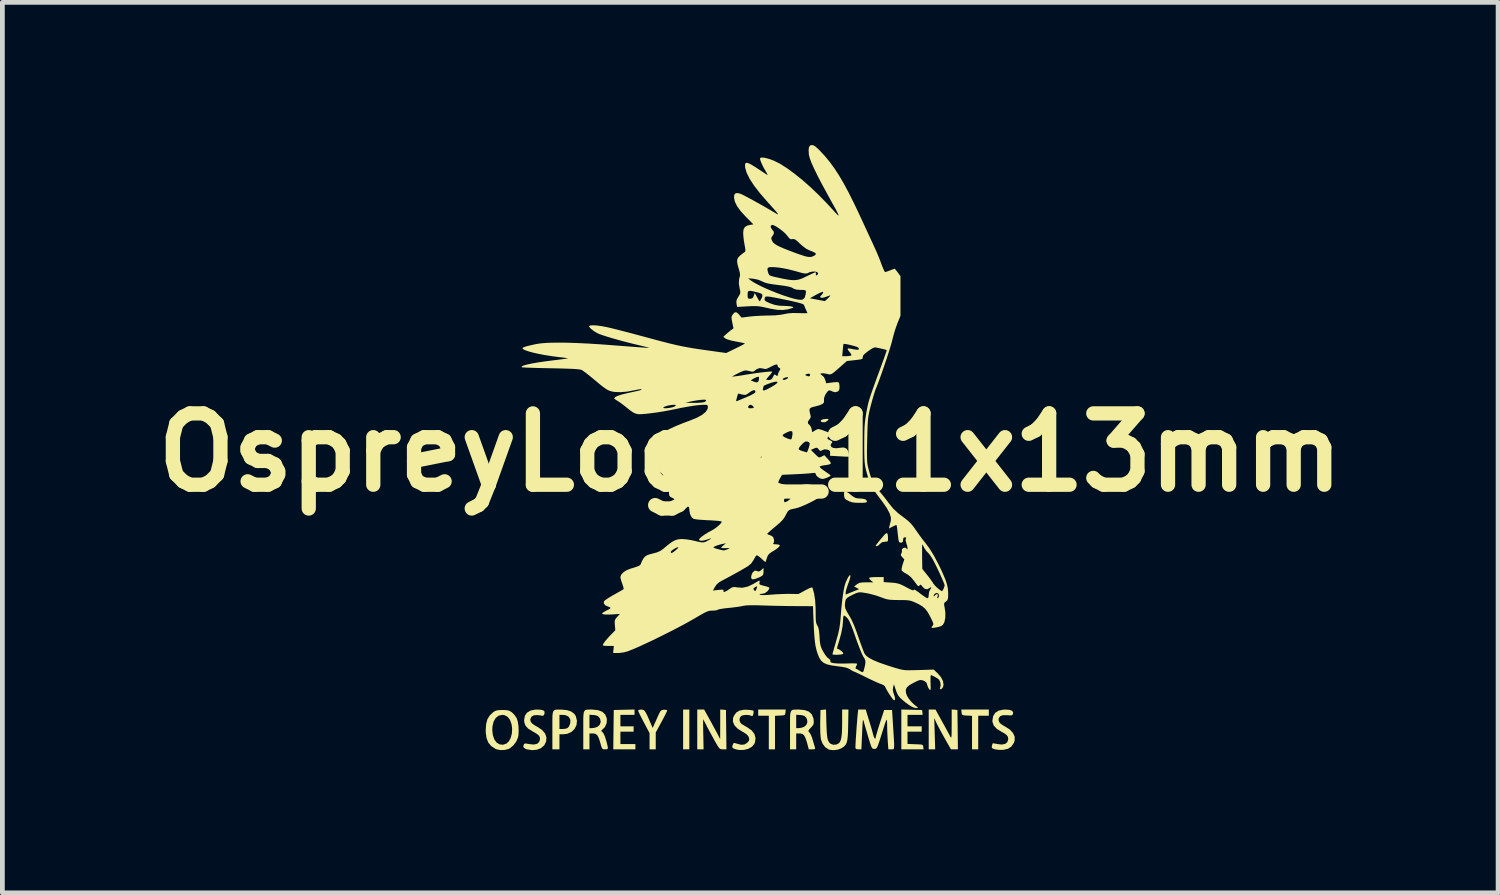
<source format=kicad_pcb>
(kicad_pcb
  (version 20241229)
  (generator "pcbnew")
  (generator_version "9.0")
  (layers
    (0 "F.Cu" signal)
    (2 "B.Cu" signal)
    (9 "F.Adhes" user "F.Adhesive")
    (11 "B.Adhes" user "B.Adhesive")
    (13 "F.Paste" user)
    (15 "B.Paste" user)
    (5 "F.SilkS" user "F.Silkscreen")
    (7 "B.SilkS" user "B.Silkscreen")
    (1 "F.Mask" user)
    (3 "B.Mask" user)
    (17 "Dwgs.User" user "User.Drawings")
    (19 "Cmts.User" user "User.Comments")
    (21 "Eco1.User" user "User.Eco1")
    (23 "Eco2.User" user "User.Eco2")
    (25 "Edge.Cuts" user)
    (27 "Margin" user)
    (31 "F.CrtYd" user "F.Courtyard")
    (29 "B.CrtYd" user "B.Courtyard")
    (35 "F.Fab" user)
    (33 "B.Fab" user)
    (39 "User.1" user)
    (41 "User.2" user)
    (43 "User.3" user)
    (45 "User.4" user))
  (footprint "OspreyLogo_11x13mm"
    (layer "F.Cu")
    (at 12.729 6.466)
    (property "Reference" "OspreyLogo_11x13mm" (at 0 0 0) (layer "F.SilkS") (effects (font (size 1.5 1.5) (thickness 0.3))))
    (attr board_only exclude_from_pos_files exclude_from_bom)
    (fp_poly (pts (xy -1.282 5.825) (xy -1.282 6.243) (xy -1.347 6.243) (xy -1.412 6.243) (xy -1.412 5.825) (xy -1.412 5.407) (xy -1.347 5.407) (xy -1.282 5.407)) (stroke (width 0) (type solid)) (fill yes) (layer "F.SilkS"))
    (fp_poly (pts (xy 1.639 -0.705) (xy 1.647 -0.695) (xy 1.628 -0.671) (xy 1.626 -0.669) (xy 1.575 -0.637) (xy 1.517 -0.636) (xy 1.489 -0.649) (xy 1.479 -0.667) (xy 1.499 -0.685) (xy 1.54 -0.7) (xy 1.594 -0.706) (xy 1.6 -0.706)) (stroke (width 0) (type solid)) (fill yes) (layer "F.SilkS"))
    (fp_poly (pts (xy 1.792 0.546) (xy 1.834 0.563) (xy 1.867 0.582) (xy 1.877 0.595) (xy 1.861 0.612) (xy 1.823 0.631) (xy 1.776 0.646) (xy 1.741 0.65) (xy 1.695 0.641) (xy 1.672 0.631) (xy 1.657 0.614) (xy 1.668 0.594) (xy 1.688 0.576) (xy 1.727 0.549) (xy 1.757 0.539)) (stroke (width 0) (type solid)) (fill yes) (layer "F.SilkS"))
    (fp_poly (pts (xy 0.74 5.467) (xy 0.735 5.501) (xy 0.722 5.52) (xy 0.692 5.529) (xy 0.635 5.533) (xy 0.627 5.533) (xy 0.52 5.539) (xy 0.52 5.891) (xy 0.52 6.243) (xy 0.455 6.243) (xy 0.39 6.243) (xy 0.39 5.89) (xy 0.39 5.537) (xy 0.279 5.537) (xy 0.167 5.537) (xy 0.167 5.472) (xy 0.167 5.407) (xy 0.456 5.407) (xy 0.746 5.407)) (stroke (width 0) (type solid)) (fill yes) (layer "F.SilkS"))
    (fp_poly (pts (xy 5.017 5.472) (xy 5.017 5.537) (xy 4.905 5.537) (xy 4.794 5.537) (xy 4.794 5.89) (xy 4.794 6.243) (xy 4.729 6.243) (xy 4.664 6.243) (xy 4.664 5.891) (xy 4.664 5.539) (xy 4.557 5.533) (xy 4.497 5.529) (xy 4.464 5.521) (xy 4.45 5.504) (xy 4.445 5.472) (xy 4.444 5.467) (xy 4.438 5.407) (xy 4.728 5.407) (xy 5.017 5.407)) (stroke (width 0) (type solid)) (fill yes) (layer "F.SilkS"))
    (fp_poly (pts (xy 0.279 2.505) (xy 0.275 2.556) (xy 0.258 2.587) (xy 0.218 2.612) (xy 0.209 2.617) (xy 0.137 2.648) (xy 0.078 2.666) (xy 0.039 2.667) (xy 0.031 2.663) (xy 0.018 2.628) (xy 0.025 2.578) (xy 0.047 2.529) (xy 0.058 2.516) (xy 0.091 2.488) (xy 0.123 2.487) (xy 0.142 2.494) (xy 0.178 2.504) (xy 0.209 2.491) (xy 0.232 2.471) (xy 0.279 2.428)) (stroke (width 0) (type solid)) (fill yes) (layer "F.SilkS"))
    (fp_poly (pts (xy 2.89 1.719) (xy 2.896 1.771) (xy 2.897 1.807) (xy 2.896 1.853) (xy 2.882 1.872) (xy 2.846 1.877) (xy 2.832 1.877) (xy 2.772 1.887) (xy 2.729 1.922) (xy 2.728 1.923) (xy 2.697 1.953) (xy 2.664 1.97) (xy 2.642 1.969) (xy 2.638 1.96) (xy 2.65 1.942) (xy 2.679 1.903) (xy 2.723 1.848) (xy 2.754 1.81) (xy 2.812 1.742) (xy 2.851 1.704) (xy 2.876 1.696)) (stroke (width 0) (type solid)) (fill yes) (layer "F.SilkS"))
    (fp_poly (pts (xy -2.434 5.462) (xy -2.434 5.519) (xy -2.583 5.519) (xy -2.731 5.519) (xy -2.731 5.639) (xy -2.731 5.76) (xy -2.592 5.76) (xy -2.453 5.76) (xy -2.453 5.816) (xy -2.453 5.872) (xy -2.592 5.872) (xy -2.731 5.872) (xy -2.731 6.002) (xy -2.731 6.132) (xy -2.573 6.132) (xy -2.416 6.132) (xy -2.416 6.187) (xy -2.416 6.243) (xy -2.648 6.243) (xy -2.881 6.243) (xy -2.876 5.83) (xy -2.871 5.416) (xy -2.652 5.411) (xy -2.434 5.406)) (stroke (width 0) (type solid)) (fill yes) (layer "F.SilkS"))
    (fp_poly (pts (xy 2.014 0.82) (xy 2.063 0.85) (xy 2.103 0.882) (xy 2.168 0.931) (xy 2.219 0.958) (xy 2.266 0.966) (xy 2.271 0.966) (xy 2.364 0.972) (xy 2.425 0.988) (xy 2.451 1.016) (xy 2.453 1.024) (xy 2.449 1.041) (xy 2.433 1.052) (xy 2.398 1.057) (xy 2.337 1.059) (xy 2.299 1.059) (xy 2.209 1.057) (xy 2.144 1.048) (xy 2.088 1.03) (xy 2.062 1.017) (xy 2.011 0.989) (xy 1.985 0.961) (xy 1.975 0.922) (xy 1.973 0.903) (xy 1.972 0.846) (xy 1.985 0.819)) (stroke (width 0) (type solid)) (fill yes) (layer "F.SilkS"))
    (fp_poly (pts (xy 3.396 5.411) (xy 3.614 5.416) (xy 3.62 5.467) (xy 3.626 5.519) (xy 3.467 5.519) (xy 3.307 5.519) (xy 3.307 5.639) (xy 3.307 5.76) (xy 3.456 5.76) (xy 3.605 5.76) (xy 3.605 5.816) (xy 3.605 5.872) (xy 3.456 5.872) (xy 3.307 5.872) (xy 3.307 6.001) (xy 3.307 6.13) (xy 3.47 6.136) (xy 3.548 6.139) (xy 3.596 6.143) (xy 3.622 6.151) (xy 3.634 6.166) (xy 3.638 6.189) (xy 3.638 6.192) (xy 3.644 6.243) (xy 3.411 6.243) (xy 3.177 6.243) (xy 3.177 5.825) (xy 3.177 5.406)) (stroke (width 0) (type solid)) (fill yes) (layer "F.SilkS"))
    (fp_poly (pts (xy 4.297 5.41) (xy 4.357 5.416) (xy 4.362 5.83) (xy 4.367 6.243) (xy 4.294 6.243) (xy 4.22 6.243) (xy 4.086 6.006) (xy 4.034 5.913) (xy 3.985 5.823) (xy 3.944 5.744) (xy 3.915 5.687) (xy 3.91 5.676) (xy 3.869 5.584) (xy 3.879 5.913) (xy 3.889 6.243) (xy 3.821 6.243) (xy 3.753 6.243) (xy 3.753 5.825) (xy 3.753 5.407) (xy 3.825 5.407) (xy 3.896 5.407) (xy 4.037 5.663) (xy 4.088 5.755) (xy 4.134 5.84) (xy 4.173 5.911) (xy 4.199 5.96) (xy 4.206 5.974) (xy 4.217 5.992) (xy 4.224 5.997) (xy 4.229 5.985) (xy 4.233 5.951) (xy 4.235 5.891) (xy 4.235 5.802) (xy 4.236 5.717) (xy 4.236 5.405)) (stroke (width 0) (type solid)) (fill yes) (layer "F.SilkS"))
    (fp_poly (pts (xy -2.266 5.409) (xy -2.242 5.417) (xy -2.22 5.436) (xy -2.197 5.473) (xy -2.167 5.531) (xy -2.129 5.616) (xy -2.11 5.661) (xy -2.052 5.794) (xy -1.968 5.605) (xy -1.932 5.523) (xy -1.905 5.469) (xy -1.884 5.436) (xy -1.863 5.42) (xy -1.839 5.413) (xy -1.816 5.411) (xy -1.768 5.412) (xy -1.747 5.423) (xy -1.747 5.425) (xy -1.755 5.448) (xy -1.778 5.497) (xy -1.813 5.565) (xy -1.856 5.646) (xy -1.867 5.667) (xy -1.988 5.889) (xy -1.988 6.066) (xy -1.988 6.243) (xy -2.053 6.243) (xy -2.118 6.243) (xy -2.118 6.073) (xy -2.118 5.903) (xy -2.239 5.674) (xy -2.283 5.59) (xy -2.32 5.517) (xy -2.346 5.462) (xy -2.359 5.43) (xy -2.36 5.427) (xy -2.343 5.414) (xy -2.303 5.407) (xy -2.295 5.407)) (stroke (width 0) (type solid)) (fill yes) (layer "F.SilkS"))
    (fp_poly (pts (xy -0.571 5.41) (xy -0.511 5.416) (xy -0.506 5.83) (xy -0.501 6.243) (xy -0.574 6.243) (xy -0.606 6.242) (xy -0.63 6.236) (xy -0.653 6.218) (xy -0.678 6.183) (xy -0.712 6.126) (xy -0.749 6.062) (xy -0.799 5.97) (xy -0.852 5.873) (xy -0.899 5.786) (xy -0.919 5.746) (xy -0.951 5.684) (xy -0.976 5.637) (xy -0.989 5.613) (xy -0.991 5.611) (xy -0.991 5.629) (xy -0.992 5.678) (xy -0.991 5.751) (xy -0.99 5.844) (xy -0.988 5.927) (xy -0.982 6.243) (xy -1.049 6.243) (xy -1.115 6.243) (xy -1.115 5.825) (xy -1.115 5.407) (xy -1.043 5.407) (xy -0.97 5.407) (xy -0.849 5.625) (xy -0.799 5.716) (xy -0.751 5.804) (xy -0.71 5.88) (xy -0.681 5.934) (xy -0.68 5.937) (xy -0.633 6.029) (xy -0.632 5.717) (xy -0.632 5.405)) (stroke (width 0) (type solid)) (fill yes) (layer "F.SilkS"))
    (fp_poly (pts (xy -3.969 5.408) (xy -3.967 5.408) (xy -3.852 5.419) (xy -3.76 5.451) (xy -3.695 5.503) (xy -3.669 5.545) (xy -3.645 5.643) (xy -3.655 5.735) (xy -3.695 5.814) (xy -3.76 5.877) (xy -3.846 5.916) (xy -3.934 5.927) (xy -4.013 5.927) (xy -4.013 6.085) (xy -4.013 6.243) (xy -4.088 6.243) (xy -4.162 6.243) (xy -4.162 5.837) (xy -4.162 5.699) (xy -4.162 5.667) (xy -4.013 5.667) (xy -4.013 5.816) (xy -3.947 5.816) (xy -3.892 5.811) (xy -3.848 5.798) (xy -3.846 5.797) (xy -3.811 5.76) (xy -3.788 5.702) (xy -3.782 5.64) (xy -3.789 5.606) (xy -3.826 5.552) (xy -3.888 5.524) (xy -3.947 5.519) (xy -4.013 5.519) (xy -4.013 5.667) (xy -4.162 5.667) (xy -4.162 5.595) (xy -4.159 5.518) (xy -4.151 5.466) (xy -4.136 5.433) (xy -4.113 5.415) (xy -4.078 5.408) (xy -4.031 5.407)) (stroke (width 0) (type solid)) (fill yes) (layer "F.SilkS"))
    (fp_poly (pts (xy 1.601 5.708) (xy 1.606 5.837) (xy 1.613 5.934) (xy 1.622 6.005) (xy 1.636 6.056) (xy 1.655 6.092) (xy 1.681 6.12) (xy 1.689 6.126) (xy 1.744 6.147) (xy 1.808 6.143) (xy 1.853 6.122) (xy 1.882 6.094) (xy 1.903 6.051) (xy 1.917 5.989) (xy 1.927 5.902) (xy 1.931 5.787) (xy 1.932 5.681) (xy 1.932 5.407) (xy 1.999 5.407) (xy 2.065 5.407) (xy 2.059 5.737) (xy 2.056 5.872) (xy 2.05 5.976) (xy 2.04 6.054) (xy 2.025 6.111) (xy 2.002 6.153) (xy 1.97 6.185) (xy 1.928 6.214) (xy 1.913 6.223) (xy 1.837 6.251) (xy 1.749 6.261) (xy 1.667 6.252) (xy 1.644 6.244) (xy 1.575 6.197) (xy 1.52 6.123) (xy 1.486 6.033) (xy 1.479 5.976) (xy 1.473 5.891) (xy 1.471 5.79) (xy 1.471 5.682) (xy 1.471 5.676) (xy 1.477 5.416) (xy 1.535 5.411) (xy 1.593 5.405)) (stroke (width 0) (type solid)) (fill yes) (layer "F.SilkS"))
    (fp_poly (pts (xy -4.405 5.411) (xy -4.352 5.424) (xy -4.327 5.449) (xy -4.327 5.488) (xy -4.328 5.495) (xy -4.347 5.532) (xy -4.369 5.538) (xy -4.402 5.532) (xy -4.456 5.525) (xy -4.474 5.523) (xy -4.549 5.527) (xy -4.6 5.555) (xy -4.625 5.604) (xy -4.627 5.622) (xy -4.616 5.665) (xy -4.583 5.705) (xy -4.52 5.747) (xy -4.481 5.768) (xy -4.382 5.833) (xy -4.317 5.907) (xy -4.287 5.989) (xy -4.293 6.078) (xy -4.294 6.082) (xy -4.333 6.159) (xy -4.399 6.216) (xy -4.485 6.251) (xy -4.586 6.261) (xy -4.695 6.244) (xy -4.715 6.239) (xy -4.762 6.212) (xy -4.774 6.173) (xy -4.759 6.136) (xy -4.742 6.122) (xy -4.707 6.122) (xy -4.653 6.132) (xy -4.559 6.143) (xy -4.487 6.129) (xy -4.441 6.091) (xy -4.422 6.031) (xy -4.422 6.022) (xy -4.428 5.984) (xy -4.449 5.951) (xy -4.49 5.917) (xy -4.559 5.876) (xy -4.586 5.861) (xy -4.673 5.806) (xy -4.727 5.746) (xy -4.752 5.677) (xy -4.756 5.627) (xy -4.74 5.538) (xy -4.695 5.472) (xy -4.621 5.428) (xy -4.522 5.408) (xy -4.491 5.407)) (stroke (width 0) (type solid)) (fill yes) (layer "F.SilkS"))
    (fp_poly (pts (xy 5.45 5.413) (xy 5.505 5.432) (xy 5.528 5.464) (xy 5.525 5.495) (xy 5.516 5.518) (xy 5.499 5.528) (xy 5.462 5.53) (xy 5.405 5.525) (xy 5.315 5.525) (xy 5.256 5.546) (xy 5.225 5.59) (xy 5.221 5.622) (xy 5.233 5.668) (xy 5.271 5.71) (xy 5.34 5.754) (xy 5.358 5.763) (xy 5.457 5.826) (xy 5.525 5.898) (xy 5.56 5.976) (xy 5.561 6.057) (xy 5.543 6.108) (xy 5.492 6.184) (xy 5.424 6.23) (xy 5.334 6.252) (xy 5.3 6.255) (xy 5.229 6.254) (xy 5.162 6.246) (xy 5.132 6.239) (xy 5.091 6.222) (xy 5.078 6.2) (xy 5.082 6.17) (xy 5.093 6.133) (xy 5.099 6.117) (xy 5.119 6.118) (xy 5.163 6.125) (xy 5.195 6.132) (xy 5.289 6.143) (xy 5.361 6.129) (xy 5.407 6.091) (xy 5.425 6.031) (xy 5.426 6.022) (xy 5.417 5.978) (xy 5.388 5.939) (xy 5.332 5.9) (xy 5.284 5.874) (xy 5.184 5.812) (xy 5.12 5.742) (xy 5.093 5.665) (xy 5.092 5.642) (xy 5.107 5.547) (xy 5.15 5.477) (xy 5.221 5.43) (xy 5.319 5.409) (xy 5.362 5.407)) (stroke (width 0) (type solid)) (fill yes) (layer "F.SilkS"))
    (fp_poly (pts (xy -5.137 5.418) (xy -5.087 5.426) (xy -5.047 5.443) (xy -5.013 5.466) (xy -4.962 5.516) (xy -4.92 5.576) (xy -4.913 5.587) (xy -4.89 5.659) (xy -4.875 5.753) (xy -4.871 5.855) (xy -4.876 5.949) (xy -4.886 5.998) (xy -4.922 6.08) (xy -4.98 6.158) (xy -5.05 6.217) (xy -5.086 6.237) (xy -5.169 6.257) (xy -5.26 6.259) (xy -5.342 6.241) (xy -5.361 6.232) (xy -5.449 6.174) (xy -5.51 6.1) (xy -5.547 6.007) (xy -5.563 5.888) (xy -5.564 5.834) (xy -5.426 5.834) (xy -5.414 5.945) (xy -5.383 6.035) (xy -5.335 6.101) (xy -5.274 6.139) (xy -5.202 6.147) (xy -5.131 6.124) (xy -5.078 6.077) (xy -5.039 6.004) (xy -5.014 5.912) (xy -5.008 5.81) (xy -5.019 5.722) (xy -5.052 5.625) (xy -5.104 5.558) (xy -5.173 5.523) (xy -5.216 5.519) (xy -5.293 5.535) (xy -5.354 5.584) (xy -5.398 5.66) (xy -5.422 5.762) (xy -5.426 5.834) (xy -5.564 5.834) (xy -5.555 5.71) (xy -5.529 5.612) (xy -5.481 5.533) (xy -5.413 5.468) (xy -5.372 5.44) (xy -5.331 5.425) (xy -5.279 5.418) (xy -5.212 5.416)) (stroke (width 0) (type solid)) (fill yes) (layer "F.SilkS"))
    (fp_poly (pts (xy -0.071 5.411) (xy -0.006 5.416) (xy 0.043 5.423) (xy 0.066 5.429) (xy 0.071 5.454) (xy 0.066 5.497) (xy 0.065 5.498) (xy 0.053 5.536) (xy 0.036 5.544) (xy 0.018 5.537) (xy -0.034 5.522) (xy -0.1 5.52) (xy -0.161 5.529) (xy -0.194 5.543) (xy -0.222 5.584) (xy -0.226 5.637) (xy -0.206 5.686) (xy -0.19 5.703) (xy -0.153 5.728) (xy -0.097 5.761) (xy -0.057 5.784) (xy 0.031 5.847) (xy 0.088 5.922) (xy 0.111 6.006) (xy 0.099 6.095) (xy 0.082 6.134) (xy 0.034 6.19) (xy -0.04 6.232) (xy -0.13 6.255) (xy -0.227 6.258) (xy -0.3 6.244) (xy -0.353 6.225) (xy -0.377 6.205) (xy -0.377 6.176) (xy -0.37 6.152) (xy -0.356 6.119) (xy -0.338 6.109) (xy -0.303 6.117) (xy -0.282 6.124) (xy -0.194 6.147) (xy -0.125 6.142) (xy -0.07 6.11) (xy -0.064 6.105) (xy -0.03 6.066) (xy -0.021 6.032) (xy -0.032 5.987) (xy -0.036 5.976) (xy -0.069 5.934) (xy -0.136 5.888) (xy -0.165 5.873) (xy -0.265 5.81) (xy -0.332 5.739) (xy -0.365 5.663) (xy -0.362 5.584) (xy -0.344 5.539) (xy -0.295 5.47) (xy -0.227 5.429) (xy -0.135 5.411)) (stroke (width 0) (type solid)) (fill yes) (layer "F.SilkS"))
    (fp_poly (pts (xy -3.322 5.407) (xy -3.321 5.407) (xy -3.202 5.419) (xy -3.112 5.453) (xy -3.051 5.511) (xy -3.018 5.592) (xy -3.016 5.607) (xy -3.021 5.695) (xy -3.058 5.776) (xy -3.108 5.826) (xy -3.134 5.852) (xy -3.126 5.866) (xy -3.094 5.896) (xy -3.061 5.963) (xy -3.029 6.063) (xy -3.021 6.091) (xy -3.003 6.165) (xy -2.995 6.21) (xy -2.999 6.233) (xy -3.017 6.242) (xy -3.05 6.243) (xy -3.054 6.243) (xy -3.086 6.242) (xy -3.107 6.233) (xy -3.123 6.21) (xy -3.138 6.164) (xy -3.156 6.099) (xy -3.184 6.012) (xy -3.212 5.955) (xy -3.246 5.923) (xy -3.291 5.91) (xy -3.32 5.909) (xy -3.382 5.909) (xy -3.382 6.076) (xy -3.382 6.243) (xy -3.447 6.243) (xy -3.512 6.243) (xy -3.512 5.837) (xy -3.512 5.699) (xy -3.512 5.657) (xy -3.382 5.657) (xy -3.382 5.797) (xy -3.325 5.797) (xy -3.266 5.788) (xy -3.215 5.77) (xy -3.166 5.726) (xy -3.145 5.667) (xy -3.157 5.604) (xy -3.173 5.577) (xy -3.207 5.543) (xy -3.254 5.527) (xy -3.295 5.522) (xy -3.382 5.516) (xy -3.382 5.657) (xy -3.512 5.657) (xy -3.512 5.595) (xy -3.508 5.519) (xy -3.501 5.466) (xy -3.486 5.433) (xy -3.463 5.415) (xy -3.429 5.408) (xy -3.383 5.407)) (stroke (width 0) (type solid)) (fill yes) (layer "F.SilkS"))
    (fp_poly (pts (xy 1.026 5.407) (xy 1.027 5.407) (xy 1.145 5.418) (xy 1.234 5.451) (xy 1.294 5.508) (xy 1.328 5.589) (xy 1.333 5.626) (xy 1.336 5.683) (xy 1.327 5.722) (xy 1.299 5.761) (xy 1.276 5.786) (xy 1.238 5.827) (xy 1.223 5.852) (xy 1.228 5.871) (xy 1.245 5.891) (xy 1.27 5.928) (xy 1.295 5.986) (xy 1.31 6.033) (xy 1.33 6.102) (xy 1.348 6.163) (xy 1.357 6.192) (xy 1.365 6.225) (xy 1.355 6.24) (xy 1.319 6.243) (xy 1.302 6.243) (xy 1.231 6.243) (xy 1.192 6.099) (xy 1.164 6.012) (xy 1.136 5.955) (xy 1.102 5.923) (xy 1.056 5.91) (xy 1.028 5.909) (xy 0.966 5.909) (xy 0.966 6.076) (xy 0.966 6.243) (xy 0.901 6.243) (xy 0.836 6.243) (xy 0.836 5.837) (xy 0.836 5.699) (xy 0.836 5.657) (xy 0.966 5.657) (xy 0.966 5.797) (xy 1.023 5.797) (xy 1.082 5.788) (xy 1.133 5.77) (xy 1.182 5.726) (xy 1.202 5.667) (xy 1.191 5.604) (xy 1.175 5.577) (xy 1.141 5.543) (xy 1.094 5.527) (xy 1.053 5.522) (xy 0.966 5.516) (xy 0.966 5.657) (xy 0.836 5.657) (xy 0.836 5.595) (xy 0.839 5.519) (xy 0.847 5.466) (xy 0.862 5.433) (xy 0.885 5.415) (xy 0.919 5.408) (xy 0.965 5.407)) (stroke (width 0) (type solid)) (fill yes) (layer "F.SilkS"))
    (fp_poly (pts (xy 2.495 5.625) (xy 2.524 5.72) (xy 2.551 5.81) (xy 2.572 5.886) (xy 2.584 5.932) (xy 2.601 5.986) (xy 2.619 6.016) (xy 2.633 6.018) (xy 2.639 5.989) (xy 2.639 5.988) (xy 2.645 5.959) (xy 2.661 5.903) (xy 2.684 5.825) (xy 2.713 5.733) (xy 2.728 5.686) (xy 2.816 5.416) (xy 2.899 5.416) (xy 2.982 5.416) (xy 3.004 5.76) (xy 3.013 5.907) (xy 3.02 6.02) (xy 3.025 6.105) (xy 3.026 6.165) (xy 3.024 6.205) (xy 3.019 6.229) (xy 3.01 6.24) (xy 2.996 6.244) (xy 2.978 6.243) (xy 2.966 6.243) (xy 2.904 6.243) (xy 2.892 6.073) (xy 2.886 5.97) (xy 2.881 5.857) (xy 2.879 5.755) (xy 2.879 5.743) (xy 2.878 5.683) (xy 2.876 5.642) (xy 2.872 5.623) (xy 2.864 5.627) (xy 2.85 5.656) (xy 2.829 5.714) (xy 2.801 5.803) (xy 2.763 5.924) (xy 2.756 5.946) (xy 2.722 6.053) (xy 2.697 6.129) (xy 2.677 6.18) (xy 2.661 6.211) (xy 2.646 6.227) (xy 2.63 6.233) (xy 2.61 6.234) (xy 2.588 6.233) (xy 2.57 6.225) (xy 2.555 6.206) (xy 2.539 6.169) (xy 2.519 6.109) (xy 2.492 6.02) (xy 2.486 6.002) (xy 2.458 5.904) (xy 2.43 5.811) (xy 2.407 5.731) (xy 2.392 5.677) (xy 2.392 5.676) (xy 2.383 5.645) (xy 2.376 5.627) (xy 2.37 5.628) (xy 2.366 5.651) (xy 2.362 5.7) (xy 2.358 5.778) (xy 2.353 5.888) (xy 2.352 5.913) (xy 2.337 6.243) (xy 2.274 6.243) (xy 2.231 6.239) (xy 2.214 6.223) (xy 2.211 6.196) (xy 2.213 6.155) (xy 2.216 6.085) (xy 2.222 5.995) (xy 2.229 5.893) (xy 2.236 5.786) (xy 2.244 5.684) (xy 2.251 5.595) (xy 2.257 5.526) (xy 2.259 5.505) (xy 2.27 5.407) (xy 2.349 5.407) (xy 2.428 5.407)) (stroke (width 0) (type solid)) (fill yes) (layer "F.SilkS"))
    (fp_poly (pts (xy 1.331 -6.459) (xy 1.372 -6.433) (xy 1.426 -6.385) (xy 1.47 -6.341) (xy 1.575 -6.227) (xy 1.674 -6.107) (xy 1.77 -5.975) (xy 1.866 -5.828) (xy 1.964 -5.661) (xy 2.066 -5.472) (xy 2.174 -5.256) (xy 2.292 -5.01) (xy 2.314 -4.961) (xy 2.37 -4.841) (xy 2.434 -4.702) (xy 2.499 -4.561) (xy 2.558 -4.434) (xy 2.568 -4.413) (xy 2.616 -4.308) (xy 2.662 -4.205) (xy 2.701 -4.111) (xy 2.731 -4.038) (xy 2.74 -4.011) (xy 2.772 -3.925) (xy 2.802 -3.853) (xy 2.826 -3.805) (xy 2.834 -3.794) (xy 2.852 -3.798) (xy 2.894 -3.812) (xy 2.934 -3.827) (xy 2.988 -3.848) (xy 3.026 -3.861) (xy 3.037 -3.865) (xy 3.051 -3.851) (xy 3.079 -3.816) (xy 3.101 -3.787) (xy 3.159 -3.709) (xy 3.159 -3.292) (xy 3.159 -2.875) (xy 3.093 -2.711) (xy 3.057 -2.612) (xy 3.022 -2.499) (xy 2.994 -2.394) (xy 2.99 -2.378) (xy 2.973 -2.309) (xy 2.944 -2.212) (xy 2.908 -2.095) (xy 2.865 -1.964) (xy 2.819 -1.827) (xy 2.772 -1.691) (xy 2.726 -1.562) (xy 2.684 -1.449) (xy 2.648 -1.357) (xy 2.646 -1.354) (xy 2.625 -1.296) (xy 2.598 -1.212) (xy 2.569 -1.114) (xy 2.541 -1.01) (xy 2.536 -0.993) (xy 2.516 -0.913) (xy 2.5 -0.846) (xy 2.488 -0.785) (xy 2.479 -0.724) (xy 2.473 -0.656) (xy 2.468 -0.573) (xy 2.464 -0.47) (xy 2.461 -0.34) (xy 2.459 -0.271) (xy 2.456 -0.121) (xy 2.454 -0.002) (xy 2.455 0.09) (xy 2.457 0.162) (xy 2.461 0.219) (xy 2.468 0.266) (xy 2.477 0.309) (xy 2.479 0.316) (xy 2.513 0.442) (xy 2.543 0.539) (xy 2.574 0.615) (xy 2.608 0.679) (xy 2.649 0.736) (xy 2.691 0.786) (xy 2.751 0.857) (xy 2.821 0.943) (xy 2.887 1.03) (xy 2.908 1.059) (xy 3.002 1.176) (xy 3.103 1.271) (xy 3.159 1.315) (xy 3.251 1.384) (xy 3.32 1.439) (xy 3.374 1.491) (xy 3.421 1.546) (xy 3.469 1.612) (xy 3.498 1.654) (xy 3.552 1.731) (xy 3.61 1.81) (xy 3.661 1.876) (xy 3.67 1.886) (xy 3.765 2.013) (xy 3.862 2.169) (xy 3.962 2.359) (xy 4.006 2.449) (xy 4.064 2.578) (xy 4.107 2.682) (xy 4.136 2.769) (xy 4.153 2.847) (xy 4.161 2.924) (xy 4.162 2.975) (xy 4.161 3.043) (xy 4.154 3.086) (xy 4.14 3.113) (xy 4.115 3.134) (xy 4.086 3.159) (xy 4.076 3.184) (xy 4.08 3.225) (xy 4.086 3.252) (xy 4.103 3.365) (xy 4.102 3.472) (xy 4.085 3.56) (xy 4.074 3.586) (xy 4.051 3.624) (xy 4.021 3.648) (xy 3.974 3.665) (xy 3.932 3.675) (xy 3.861 3.688) (xy 3.822 3.689) (xy 3.812 3.677) (xy 3.829 3.65) (xy 3.833 3.646) (xy 3.847 3.628) (xy 3.85 3.606) (xy 3.842 3.575) (xy 3.82 3.525) (xy 3.787 3.458) (xy 3.734 3.361) (xy 3.68 3.289) (xy 3.616 3.234) (xy 3.531 3.185) (xy 3.474 3.158) (xy 3.42 3.135) (xy 3.373 3.119) (xy 3.323 3.11) (xy 3.26 3.105) (xy 3.174 3.104) (xy 3.127 3.104) (xy 3.021 3.102) (xy 2.943 3.098) (xy 2.883 3.089) (xy 2.831 3.075) (xy 2.802 3.064) (xy 2.65 3.01) (xy 2.499 2.969) (xy 2.375 2.947) (xy 2.318 2.941) (xy 2.273 2.944) (xy 2.226 2.959) (xy 2.164 2.987) (xy 2.141 2.999) (xy 2.073 3.035) (xy 2.032 3.063) (xy 2.01 3.091) (xy 2 3.123) (xy 1.989 3.209) (xy 1.999 3.28) (xy 2.033 3.351) (xy 2.044 3.369) (xy 2.087 3.44) (xy 2.124 3.508) (xy 2.159 3.581) (xy 2.195 3.667) (xy 2.235 3.773) (xy 2.279 3.898) (xy 2.314 3.998) (xy 2.348 4.09) (xy 2.376 4.165) (xy 2.397 4.217) (xy 2.405 4.233) (xy 2.441 4.278) (xy 2.505 4.324) (xy 2.599 4.373) (xy 2.725 4.424) (xy 2.885 4.479) (xy 3.033 4.526) (xy 3.106 4.547) (xy 3.165 4.563) (xy 3.217 4.573) (xy 3.271 4.579) (xy 3.337 4.58) (xy 3.421 4.579) (xy 3.533 4.576) (xy 3.545 4.576) (xy 3.859 4.566) (xy 3.943 4.647) (xy 4.011 4.726) (xy 4.052 4.807) (xy 4.065 4.882) (xy 4.054 4.933) (xy 4.029 4.968) (xy 4.004 4.98) (xy 3.985 4.973) (xy 3.992 4.948) (xy 3.995 4.943) (xy 4.005 4.892) (xy 3.996 4.831) (xy 3.971 4.779) (xy 3.97 4.779) (xy 3.944 4.757) (xy 3.9 4.729) (xy 3.851 4.703) (xy 3.811 4.685) (xy 3.799 4.682) (xy 3.794 4.699) (xy 3.791 4.745) (xy 3.791 4.809) (xy 3.791 4.826) (xy 3.793 4.897) (xy 3.794 4.953) (xy 3.793 4.984) (xy 3.793 4.987) (xy 3.783 4.996) (xy 3.764 4.981) (xy 3.744 4.948) (xy 3.727 4.908) (xy 3.724 4.892) (xy 3.706 4.841) (xy 3.668 4.81) (xy 3.648 4.801) (xy 3.604 4.786) (xy 3.567 4.786) (xy 3.519 4.803) (xy 3.506 4.809) (xy 3.439 4.842) (xy 3.368 4.881) (xy 3.349 4.893) (xy 3.294 4.939) (xy 3.27 4.991) (xy 3.275 5.057) (xy 3.296 5.116) (xy 3.328 5.17) (xy 3.379 5.234) (xy 3.437 5.293) (xy 3.491 5.337) (xy 3.501 5.343) (xy 3.525 5.36) (xy 3.517 5.371) (xy 3.507 5.375) (xy 3.474 5.374) (xy 3.423 5.358) (xy 3.396 5.346) (xy 3.34 5.312) (xy 3.272 5.264) (xy 3.21 5.213) (xy 3.149 5.157) (xy 3.109 5.106) (xy 3.08 5.047) (xy 3.063 5) (xy 3.022 4.877) (xy 3.004 4.937) (xy 2.997 4.995) (xy 3.012 5.058) (xy 3.017 5.072) (xy 3.04 5.142) (xy 3.046 5.19) (xy 3.035 5.211) (xy 3.021 5.21) (xy 3 5.19) (xy 2.968 5.148) (xy 2.929 5.091) (xy 2.89 5.029) (xy 2.857 4.97) (xy 2.835 4.925) (xy 2.834 4.922) (xy 2.81 4.898) (xy 2.764 4.875) (xy 2.749 4.87) (xy 2.706 4.854) (xy 2.638 4.824) (xy 2.554 4.785) (xy 2.462 4.741) (xy 2.436 4.728) (xy 2.349 4.685) (xy 2.274 4.649) (xy 2.218 4.623) (xy 2.185 4.609) (xy 2.181 4.608) (xy 2.158 4.598) (xy 2.117 4.574) (xy 2.101 4.563) (xy 2.058 4.54) (xy 2.003 4.522) (xy 1.928 4.508) (xy 1.84 4.497) (xy 1.712 4.479) (xy 1.616 4.457) (xy 1.544 4.425) (xy 1.491 4.379) (xy 1.45 4.315) (xy 1.415 4.228) (xy 1.399 4.178) (xy 1.385 4.124) (xy 1.372 4.066) (xy 1.362 3.998) (xy 1.353 3.917) (xy 1.345 3.818) (xy 1.338 3.697) (xy 1.331 3.549) (xy 1.324 3.371) (xy 1.321 3.275) (xy 1.319 3.233) (xy 0.943 3.231) (xy 0.8 3.23) (xy 0.642 3.227) (xy 0.483 3.224) (xy 0.339 3.22) (xy 0.251 3.217) (xy 0.107 3.213) (xy -0.004 3.213) (xy -0.087 3.217) (xy -0.146 3.225) (xy -0.153 3.227) (xy -0.208 3.238) (xy -0.288 3.25) (xy -0.382 3.262) (xy -0.46 3.27) (xy -0.546 3.279) (xy -0.617 3.29) (xy -0.665 3.3) (xy -0.684 3.308) (xy -0.705 3.318) (xy -0.751 3.324) (xy -0.792 3.326) (xy -0.834 3.327) (xy -0.871 3.333) (xy -0.912 3.347) (xy -0.963 3.371) (xy -1.03 3.408) (xy -1.121 3.461) (xy -1.143 3.474) (xy -1.263 3.543) (xy -1.404 3.621) (xy -1.56 3.703) (xy -1.725 3.788) (xy -1.892 3.871) (xy -2.057 3.952) (xy -2.213 4.025) (xy -2.355 4.09) (xy -2.476 4.142) (xy -2.572 4.18) (xy -2.581 4.183) (xy -2.66 4.204) (xy -2.746 4.216) (xy -2.783 4.218) (xy -2.884 4.218) (xy -2.877 4.144) (xy -2.87 4.069) (xy -2.986 4.069) (xy -3.047 4.067) (xy -3.089 4.062) (xy -3.103 4.055) (xy -3.089 4.021) (xy -3.05 3.966) (xy -2.987 3.893) (xy -2.94 3.843) (xy -2.838 3.738) (xy -2.848 3.63) (xy -2.852 3.566) (xy -2.847 3.525) (xy -2.828 3.492) (xy -2.799 3.458) (xy -2.741 3.395) (xy -2.899 3.406) (xy -2.976 3.409) (xy -3.042 3.408) (xy -3.086 3.404) (xy -3.093 3.402) (xy -3.116 3.39) (xy -3.111 3.377) (xy -3.084 3.358) (xy -3.03 3.327) (xy -2.987 3.306) (xy -2.946 3.283) (xy -2.941 3.264) (xy -2.973 3.247) (xy -2.994 3.24) (xy -3.051 3.213) (xy -3.08 3.176) (xy -3.077 3.134) (xy -3.074 3.127) (xy -3.05 3.106) (xy -3.001 3.072) (xy -2.934 3.03) (xy -2.864 2.99) (xy -2.789 2.948) (xy -2.726 2.912) (xy -2.712 2.904) (xy -0.786 2.904) (xy -0.669 2.891) (xy -0.606 2.885) (xy -0.572 2.885) (xy -0.561 2.894) (xy -0.564 2.907) (xy -0.564 2.931) (xy -0.54 2.932) (xy -0.494 2.91) (xy -0.446 2.878) (xy -0.421 2.861) (xy 0.068 2.861) (xy 0.071 2.885) (xy 0.076 2.891) (xy 0.098 2.913) (xy 0.113 2.908) (xy 0.13 2.871) (xy 0.131 2.868) (xy 0.144 2.826) (xy 0.136 2.814) (xy 0.105 2.829) (xy 0.096 2.836) (xy 0.068 2.861) (xy -0.421 2.861) (xy -0.396 2.844) (xy -0.358 2.83) (xy -0.315 2.831) (xy -0.281 2.837) (xy -0.165 2.845) (xy -0.05 2.82) (xy 0.07 2.762) (xy 0.073 2.76) (xy 0.129 2.727) (xy 0.172 2.703) (xy 0.193 2.694) (xy 0.193 2.694) (xy 0.198 2.709) (xy 0.194 2.737) (xy 0.191 2.763) (xy 0.204 2.779) (xy 0.239 2.792) (xy 0.286 2.804) (xy 0.345 2.819) (xy 0.387 2.836) (xy 0.401 2.846) (xy 0.397 2.87) (xy 0.372 2.906) (xy 0.361 2.919) (xy 0.307 2.96) (xy 0.246 2.973) (xy 0.243 2.973) (xy 0.203 2.976) (xy 0.196 2.983) (xy 0.207 2.992) (xy 0.243 2.999) (xy 0.312 2.999) (xy 0.41 2.993) (xy 0.43 2.991) (xy 0.54 2.983) (xy 0.666 2.977) (xy 0.784 2.974) (xy 0.818 2.974) (xy 1.013 2.977) (xy 1.157 2.899) (xy 1.231 2.861) (xy 1.279 2.841) (xy 1.304 2.84) (xy 1.309 2.846) (xy 1.343 2.969) (xy 1.364 3.105) (xy 1.374 3.265) (xy 1.375 3.343) (xy 1.376 3.447) (xy 1.378 3.52) (xy 1.384 3.571) (xy 1.393 3.606) (xy 1.407 3.633) (xy 1.41 3.638) (xy 1.429 3.675) (xy 1.442 3.728) (xy 1.452 3.806) (xy 1.457 3.878) (xy 1.463 3.969) (xy 1.472 4.035) (xy 1.486 4.087) (xy 1.508 4.14) (xy 1.536 4.191) (xy 1.576 4.257) (xy 1.617 4.308) (xy 1.648 4.334) (xy 1.682 4.362) (xy 1.685 4.388) (xy 1.686 4.407) (xy 1.707 4.42) (xy 1.754 4.43) (xy 1.778 4.433) (xy 1.844 4.438) (xy 1.931 4.439) (xy 2.026 4.438) (xy 2.064 4.437) (xy 2.142 4.435) (xy 2.203 4.436) (xy 2.241 4.44) (xy 2.248 4.444) (xy 2.24 4.471) (xy 2.225 4.499) (xy 2.213 4.533) (xy 2.22 4.546) (xy 2.248 4.56) (xy 2.289 4.585) (xy 2.295 4.588) (xy 2.342 4.616) (xy 2.368 4.62) (xy 2.383 4.596) (xy 2.394 4.557) (xy 2.414 4.474) (xy 2.422 4.417) (xy 2.419 4.374) (xy 2.404 4.336) (xy 2.38 4.298) (xy 2.358 4.257) (xy 2.327 4.187) (xy 2.291 4.095) (xy 2.251 3.99) (xy 2.212 3.881) (xy 2.166 3.748) (xy 2.127 3.647) (xy 2.095 3.572) (xy 2.068 3.519) (xy 2.042 3.484) (xy 2.039 3.48) (xy 2.001 3.446) (xy 1.973 3.43) (xy 1.967 3.43) (xy 1.958 3.453) (xy 1.952 3.5) (xy 1.951 3.536) (xy 1.941 3.655) (xy 1.914 3.797) (xy 1.872 3.952) (xy 1.855 4.007) (xy 1.835 4.073) (xy 1.826 4.116) (xy 1.83 4.131) (xy 1.832 4.131) (xy 1.858 4.137) (xy 1.898 4.162) (xy 1.913 4.173) (xy 1.949 4.208) (xy 1.956 4.23) (xy 1.948 4.239) (xy 1.919 4.247) (xy 1.871 4.252) (xy 1.816 4.255) (xy 1.766 4.254) (xy 1.734 4.249) (xy 1.728 4.244) (xy 1.733 4.224) (xy 1.747 4.174) (xy 1.767 4.101) (xy 1.793 4.013) (xy 1.805 3.97) (xy 1.845 3.829) (xy 1.872 3.708) (xy 1.889 3.596) (xy 1.898 3.502) (xy 1.916 3.274) (xy 1.937 3.083) (xy 1.959 2.929) (xy 1.982 2.812) (xy 2.007 2.731) (xy 2.047 2.646) (xy 2.078 2.595) (xy 2.099 2.578) (xy 2.107 2.594) (xy 2.099 2.643) (xy 2.074 2.723) (xy 2.064 2.748) (xy 2.038 2.822) (xy 2.018 2.888) (xy 2.007 2.935) (xy 2.007 2.943) (xy 2.007 2.989) (xy 2.148 2.931) (xy 2.289 2.874) (xy 2.237 2.847) (xy 2.185 2.819) (xy 2.24 2.775) (xy 2.274 2.753) (xy 2.312 2.739) (xy 2.364 2.733) (xy 2.441 2.731) (xy 2.588 2.731) (xy 2.539 2.693) (xy 2.508 2.662) (xy 2.499 2.639) (xy 2.5 2.637) (xy 2.522 2.629) (xy 2.572 2.623) (xy 2.64 2.62) (xy 2.658 2.62) (xy 2.806 2.62) (xy 2.806 2.673) (xy 2.806 2.726) (xy 2.965 2.737) (xy 3.045 2.744) (xy 3.107 2.756) (xy 3.165 2.776) (xy 3.233 2.808) (xy 3.281 2.834) (xy 3.356 2.873) (xy 3.404 2.895) (xy 3.43 2.9) (xy 3.437 2.89) (xy 3.437 2.889) (xy 3.449 2.883) (xy 3.483 2.9) (xy 3.543 2.942) (xy 3.569 2.963) (xy 3.631 3.009) (xy 3.684 3.044) (xy 3.719 3.064) (xy 3.727 3.066) (xy 3.746 3.05) (xy 3.75 3.022) (xy 3.854 3.022) (xy 3.865 3.026) (xy 3.889 3.002) (xy 3.892 2.998) (xy 3.921 2.977) (xy 3.942 2.985) (xy 3.945 3.014) (xy 3.939 3.03) (xy 3.93 3.058) (xy 3.936 3.066) (xy 3.957 3.051) (xy 3.964 3.038) (xy 3.968 2.993) (xy 3.947 2.964) (xy 3.914 2.955) (xy 3.879 2.972) (xy 3.865 2.992) (xy 3.854 3.022) (xy 3.75 3.022) (xy 3.753 3.001) (xy 3.753 2.995) (xy 3.76 2.938) (xy 3.778 2.892) (xy 3.781 2.888) (xy 3.804 2.851) (xy 3.806 2.833) (xy 3.788 2.839) (xy 3.775 2.849) (xy 3.723 2.877) (xy 3.671 2.869) (xy 3.623 2.825) (xy 3.623 2.823) (xy 3.595 2.788) (xy 3.577 2.78) (xy 3.56 2.796) (xy 3.559 2.798) (xy 3.545 2.811) (xy 3.529 2.808) (xy 3.504 2.782) (xy 3.467 2.732) (xy 3.454 2.714) (xy 3.387 2.63) (xy 3.319 2.573) (xy 3.283 2.552) (xy 3.231 2.522) (xy 3.194 2.492) (xy 3.183 2.478) (xy 3.183 2.446) (xy 3.194 2.392) (xy 3.206 2.35) (xy 3.24 2.249) (xy 3.197 2.203) (xy 3.169 2.167) (xy 3.167 2.142) (xy 3.176 2.129) (xy 3.19 2.089) (xy 3.188 2.07) (xy 3.614 2.07) (xy 3.614 2.158) (xy 3.614 2.19) (xy 3.618 2.448) (xy 3.72 2.576) (xy 3.77 2.64) (xy 3.814 2.7) (xy 3.843 2.744) (xy 3.848 2.754) (xy 3.873 2.786) (xy 3.913 2.828) (xy 3.96 2.87) (xy 4.003 2.902) (xy 4.031 2.916) (xy 4.032 2.917) (xy 4.046 2.902) (xy 4.065 2.867) (xy 4.082 2.823) (xy 4.088 2.794) (xy 4.08 2.766) (xy 4.059 2.713) (xy 4.028 2.641) (xy 3.99 2.556) (xy 3.948 2.467) (xy 3.906 2.38) (xy 3.867 2.303) (xy 3.834 2.242) (xy 3.826 2.227) (xy 3.789 2.17) (xy 3.753 2.124) (xy 3.732 2.103) (xy 3.702 2.071) (xy 3.669 2.022) (xy 3.66 2.006) (xy 3.636 1.961) (xy 3.62 1.935) (xy 3.617 1.932) (xy 3.615 1.95) (xy 3.614 1.998) (xy 3.614 2.07) (xy 3.188 2.07) (xy 3.188 2.066) (xy 3.192 2.033) (xy 3.219 2.009) (xy 3.255 2.001) (xy 3.285 2.017) (xy 3.288 2.021) (xy 3.302 2.041) (xy 3.306 2.027) (xy 3.307 2.011) (xy 3.3 1.964) (xy 3.283 1.91) (xy 3.282 1.907) (xy 3.266 1.845) (xy 3.273 1.815) (xy 3.28 1.791) (xy 3.255 1.784) (xy 3.253 1.784) (xy 3.225 1.792) (xy 3.215 1.824) (xy 3.214 1.84) (xy 3.209 1.879) (xy 3.188 1.894) (xy 3.169 1.895) (xy 3.15 1.895) (xy 3.136 1.889) (xy 3.126 1.872) (xy 3.118 1.839) (xy 3.11 1.784) (xy 3.101 1.701) (xy 3.093 1.63) (xy 3.086 1.573) (xy 3.078 1.534) (xy 3.073 1.524) (xy 3.053 1.531) (xy 3.012 1.551) (xy 2.99 1.561) (xy 2.916 1.599) (xy 2.928 1.547) (xy 2.942 1.488) (xy 2.955 1.444) (xy 2.959 1.373) (xy 2.932 1.283) (xy 2.874 1.173) (xy 2.785 1.043) (xy 2.741 0.985) (xy 2.647 0.859) (xy 2.575 0.745) (xy 2.519 0.633) (xy 2.473 0.511) (xy 2.435 0.375) (xy 2.422 0.319) (xy 2.412 0.263) (xy 2.405 0.201) (xy 2.401 0.125) (xy 2.398 0.03) (xy 2.397 -0.093) (xy 2.397 -0.18) (xy 2.398 -0.327) (xy 2.4 -0.445) (xy 2.404 -0.544) (xy 2.411 -0.631) (xy 2.422 -0.715) (xy 2.436 -0.806) (xy 2.441 -0.837) (xy 2.453 -0.9) (xy 2.464 -0.957) (xy 2.476 -1.013) (xy 2.491 -1.071) (xy 2.51 -1.135) (xy 2.534 -1.209) (xy 2.565 -1.298) (xy 2.603 -1.406) (xy 2.65 -1.536) (xy 2.708 -1.693) (xy 2.775 -1.877) (xy 2.809 -1.97) (xy 2.837 -2.049) (xy 2.858 -2.11) (xy 2.869 -2.145) (xy 2.87 -2.152) (xy 2.85 -2.16) (xy 2.805 -2.172) (xy 2.747 -2.186) (xy 2.689 -2.199) (xy 2.64 -2.208) (xy 2.617 -2.21) (xy 2.588 -2.2) (xy 2.54 -2.173) (xy 2.482 -2.134) (xy 2.473 -2.128) (xy 2.412 -2.079) (xy 2.377 -2.043) (xy 2.365 -2.013) (xy 2.365 -2.002) (xy 2.364 -1.982) (xy 2.354 -1.969) (xy 2.327 -1.959) (xy 2.276 -1.951) (xy 2.2 -1.942) (xy 2.032 -1.923) (xy 1.894 -1.802) (xy 1.818 -1.735) (xy 1.763 -1.688) (xy 1.725 -1.66) (xy 1.695 -1.645) (xy 1.669 -1.642) (xy 1.639 -1.646) (xy 1.606 -1.654) (xy 1.541 -1.665) (xy 1.496 -1.665) (xy 1.476 -1.656) (xy 1.486 -1.638) (xy 1.506 -1.626) (xy 1.55 -1.584) (xy 1.576 -1.528) (xy 1.598 -1.455) (xy 1.714 -1.471) (xy 1.778 -1.478) (xy 1.829 -1.48) (xy 1.853 -1.478) (xy 1.869 -1.454) (xy 1.876 -1.402) (xy 1.877 -1.384) (xy 1.874 -1.33) (xy 1.86 -1.299) (xy 1.832 -1.279) (xy 1.83 -1.278) (xy 1.788 -1.267) (xy 1.743 -1.277) (xy 1.72 -1.287) (xy 1.678 -1.305) (xy 1.652 -1.304) (xy 1.626 -1.282) (xy 1.62 -1.276) (xy 1.577 -1.214) (xy 1.552 -1.145) (xy 1.55 -1.085) (xy 1.551 -1.084) (xy 1.548 -1.049) (xy 1.518 -1.02) (xy 1.457 -0.993) (xy 1.363 -0.968) (xy 1.352 -0.965) (xy 1.288 -0.948) (xy 1.254 -0.926) (xy 1.244 -0.89) (xy 1.254 -0.832) (xy 1.263 -0.8) (xy 1.272 -0.751) (xy 1.262 -0.718) (xy 1.245 -0.697) (xy 1.212 -0.647) (xy 1.216 -0.607) (xy 1.243 -0.582) (xy 1.269 -0.55) (xy 1.289 -0.5) (xy 1.29 -0.493) (xy 1.303 -0.426) (xy 1.364 -0.464) (xy 1.4 -0.484) (xy 1.428 -0.492) (xy 1.463 -0.487) (xy 1.517 -0.47) (xy 1.528 -0.466) (xy 1.593 -0.442) (xy 1.649 -0.42) (xy 1.674 -0.408) (xy 1.716 -0.385) (xy 1.666 -0.349) (xy 1.627 -0.315) (xy 1.622 -0.291) (xy 1.65 -0.27) (xy 1.672 -0.26) (xy 1.717 -0.235) (xy 1.726 -0.211) (xy 1.709 -0.195) (xy 1.694 -0.169) (xy 1.691 -0.149) (xy 1.707 -0.115) (xy 1.752 -0.094) (xy 1.816 -0.089) (xy 1.882 -0.098) (xy 1.963 -0.105) (xy 2.021 -0.084) (xy 2.057 -0.033) (xy 2.069 0.012) (xy 2.075 0.058) (xy 2.075 0.085) (xy 2.074 0.087) (xy 2.055 0.089) (xy 2.006 0.088) (xy 1.936 0.084) (xy 1.873 0.081) (xy 1.677 0.069) (xy 1.679 0.013) (xy 1.676 -0.027) (xy 1.654 -0.048) (xy 1.619 -0.06) (xy 1.561 -0.066) (xy 1.515 -0.049) (xy 1.483 -0.032) (xy 1.46 -0.04) (xy 1.438 -0.066) (xy 1.413 -0.094) (xy 1.388 -0.1) (xy 1.35 -0.087) (xy 1.339 -0.082) (xy 1.275 -0.054) (xy 1.359 0.03) (xy 1.406 0.076) (xy 1.436 0.099) (xy 1.46 0.103) (xy 1.487 0.093) (xy 1.501 0.086) (xy 1.557 0.057) (xy 1.637 0.143) (xy 1.678 0.191) (xy 1.695 0.222) (xy 1.685 0.242) (xy 1.644 0.256) (xy 1.569 0.268) (xy 1.557 0.269) (xy 1.503 0.279) (xy 1.466 0.292) (xy 1.458 0.298) (xy 1.468 0.315) (xy 1.502 0.346) (xy 1.554 0.384) (xy 1.569 0.394) (xy 1.626 0.433) (xy 1.669 0.464) (xy 1.69 0.483) (xy 1.69 0.484) (xy 1.675 0.5) (xy 1.637 0.521) (xy 1.587 0.541) (xy 1.541 0.554) (xy 1.516 0.557) (xy 1.47 0.546) (xy 1.423 0.517) (xy 1.387 0.481) (xy 1.375 0.451) (xy 1.368 0.434) (xy 1.342 0.429) (xy 1.296 0.434) (xy 1.249 0.439) (xy 1.174 0.445) (xy 1.08 0.451) (xy 0.976 0.456) (xy 0.943 0.458) (xy 0.669 0.47) (xy 0.624 0.546) (xy 0.6 0.594) (xy 0.59 0.628) (xy 0.592 0.636) (xy 0.616 0.647) (xy 0.665 0.663) (xy 0.729 0.68) (xy 0.732 0.681) (xy 0.859 0.712) (xy 0.796 0.744) (xy 0.743 0.778) (xy 0.7 0.815) (xy 0.676 0.848) (xy 0.677 0.869) (xy 0.699 0.868) (xy 0.741 0.851) (xy 0.768 0.837) (xy 0.888 0.77) (xy 0.984 0.721) (xy 1.063 0.689) (xy 1.131 0.673) (xy 1.196 0.669) (xy 1.263 0.677) (xy 1.307 0.686) (xy 1.364 0.702) (xy 1.388 0.718) (xy 1.382 0.736) (xy 1.364 0.751) (xy 1.346 0.766) (xy 1.341 0.776) (xy 1.355 0.787) (xy 1.394 0.802) (xy 1.458 0.823) (xy 1.505 0.843) (xy 1.534 0.862) (xy 1.537 0.867) (xy 1.526 0.889) (xy 1.487 0.922) (xy 1.425 0.962) (xy 1.348 1.006) (xy 1.262 1.051) (xy 1.172 1.094) (xy 1.085 1.132) (xy 1.006 1.161) (xy 0.944 1.178) (xy 0.938 1.179) (xy 0.866 1.193) (xy 0.82 1.211) (xy 0.788 1.24) (xy 0.76 1.29) (xy 0.748 1.314) (xy 0.718 1.368) (xy 0.68 1.419) (xy 0.625 1.475) (xy 0.548 1.542) (xy 0.531 1.556) (xy 0.464 1.611) (xy 0.409 1.659) (xy 0.371 1.694) (xy 0.357 1.71) (xy 0.369 1.723) (xy 0.405 1.736) (xy 0.408 1.737) (xy 0.454 1.757) (xy 0.483 1.784) (xy 0.499 1.832) (xy 0.5 1.88) (xy 0.487 1.914) (xy 0.478 1.92) (xy 0.48 1.926) (xy 0.511 1.93) (xy 0.533 1.931) (xy 0.584 1.935) (xy 0.616 1.945) (xy 0.621 1.948) (xy 0.615 1.972) (xy 0.58 2.008) (xy 0.519 2.052) (xy 0.46 2.088) (xy 0.404 2.125) (xy 0.371 2.164) (xy 0.35 2.216) (xy 0.335 2.266) (xy 0.324 2.298) (xy 0.321 2.303) (xy 0.306 2.295) (xy 0.272 2.267) (xy 0.234 2.231) (xy 0.187 2.19) (xy 0.149 2.166) (xy 0.131 2.164) (xy 0.111 2.187) (xy 0.085 2.232) (xy 0.072 2.258) (xy 0.016 2.339) (xy -0.053 2.394) (xy -0.127 2.438) (xy -0.223 2.494) (xy -0.332 2.554) (xy -0.441 2.614) (xy -0.541 2.667) (xy -0.585 2.69) (xy -0.66 2.733) (xy -0.71 2.779) (xy -0.741 2.825) (xy -0.786 2.904) (xy -2.712 2.904) (xy -2.682 2.886) (xy -2.664 2.875) (xy -2.664 2.853) (xy -2.676 2.808) (xy -2.692 2.76) (xy -2.714 2.697) (xy -2.728 2.643) (xy -2.731 2.618) (xy -2.714 2.569) (xy -2.667 2.519) (xy -2.598 2.475) (xy -2.517 2.443) (xy -2.427 2.416) (xy -2.367 2.395) (xy -2.329 2.377) (xy -2.309 2.359) (xy -2.298 2.336) (xy -2.295 2.326) (xy -2.275 2.278) (xy -2.243 2.224) (xy -2.238 2.217) (xy -2.208 2.185) (xy -2.17 2.161) (xy -2.113 2.141) (xy -2.049 2.125) (xy -1.962 2.101) (xy -1.939 2.091) (xy -1.672 2.091) (xy -1.667 2.113) (xy -1.647 2.113) (xy -1.609 2.089) (xy -1.573 2.06) (xy -1.535 2.026) (xy -1.513 2.001) (xy -1.513 2) (xy -0.775 2) (xy -0.751 2.011) (xy -0.705 2.026) (xy -0.649 2.041) (xy -0.596 2.054) (xy -0.559 2.06) (xy -0.557 2.06) (xy -0.522 2.053) (xy -0.475 2.035) (xy -0.474 2.034) (xy -0.443 2.019) (xy -0.438 2.011) (xy -0.461 2.01) (xy -0.516 2.012) (xy -0.57 2.012) (xy -0.605 2.008) (xy -0.613 2.003) (xy -0.6 1.985) (xy -0.568 1.955) (xy -0.562 1.951) (xy -0.511 1.91) (xy -0.585 1.924) (xy -0.645 1.939) (xy -0.703 1.957) (xy -0.749 1.977) (xy -0.774 1.993) (xy -0.775 2) (xy -1.513 2) (xy -1.512 1.994) (xy -1.534 1.995) (xy -1.573 2.012) (xy -1.617 2.038) (xy -1.654 2.066) (xy -1.672 2.088) (xy -1.672 2.091) (xy -1.939 2.091) (xy -1.897 2.073) (xy -1.838 2.033) (xy -1.812 2.011) (xy -1.721 1.936) (xy -1.649 1.883) (xy -1.588 1.849) (xy -1.531 1.83) (xy -1.47 1.822) (xy -1.432 1.821) (xy -1.349 1.827) (xy -1.253 1.841) (xy -1.172 1.859) (xy -1.084 1.88) (xy -1.022 1.891) (xy -0.975 1.89) (xy -0.933 1.876) (xy -0.886 1.85) (xy -0.883 1.848) (xy -0.836 1.819) (xy -0.821 1.806) (xy -0.839 1.808) (xy -0.89 1.826) (xy -0.901 1.83) (xy -0.973 1.85) (xy -1.031 1.857) (xy -1.068 1.849) (xy -1.078 1.833) (xy -1.062 1.807) (xy -1.02 1.769) (xy -0.957 1.725) (xy -0.882 1.678) (xy -0.824 1.648) (xy -0.762 1.612) (xy -0.702 1.568) (xy -0.65 1.524) (xy -0.614 1.485) (xy -0.6 1.458) (xy -0.602 1.453) (xy -0.623 1.446) (xy -0.674 1.439) (xy -0.749 1.433) (xy -0.84 1.427) (xy -0.877 1.426) (xy -0.977 1.42) (xy -1.067 1.414) (xy -1.139 1.406) (xy -1.185 1.398) (xy -1.193 1.396) (xy -1.235 1.361) (xy -1.265 1.299) (xy -1.281 1.217) (xy -1.282 1.187) (xy -1.291 1.15) (xy -1.322 1.128) (xy -1.38 1.117) (xy -1.434 1.115) (xy -1.5 1.103) (xy -1.545 1.07) (xy -1.561 1.023) (xy -1.574 1) (xy 0.708 1) (xy 0.713 1.031) (xy 0.724 1.046) (xy 0.747 1.042) (xy 0.787 1.021) (xy 0.831 0.987) (xy 0.859 0.95) (xy 0.861 0.943) (xy 0.864 0.9) (xy 0.844 0.887) (xy 0.8 0.902) (xy 0.784 0.911) (xy 0.728 0.955) (xy 0.708 1) (xy -1.574 1) (xy -1.578 0.993) (xy -1.626 0.961) (xy -1.635 0.957) (xy -1.68 0.934) (xy -1.702 0.91) (xy -1.709 0.871) (xy -1.709 0.837) (xy -1.715 0.773) (xy -1.728 0.745) (xy -0.455 0.745) (xy -0.372 0.705) (xy -0.315 0.675) (xy -0.242 0.634) (xy -0.165 0.588) (xy -0.15 0.579) (xy -0.092 0.541) (xy -0.051 0.51) (xy -0.034 0.49) (xy -0.036 0.487) (xy -0.067 0.491) (xy -0.121 0.512) (xy -0.187 0.545) (xy -0.257 0.586) (xy -0.323 0.629) (xy -0.375 0.671) (xy -0.378 0.673) (xy -0.455 0.745) (xy -1.728 0.745) (xy -1.734 0.73) (xy -1.756 0.706) (xy -1.788 0.664) (xy -1.802 0.623) (xy -1.802 0.622) (xy -1.811 0.531) (xy -1.841 0.465) (xy -1.895 0.414) (xy -1.899 0.411) (xy -1.971 0.362) (xy -1.96 0.26) (xy -1.954 0.203) (xy 0.037 0.203) (xy 0.054 0.201) (xy 0.096 0.183) (xy 0.151 0.155) (xy 0.201 0.125) (xy 0.234 0.1) (xy 0.242 0.088) (xy 0.227 0.088) (xy 0.192 0.103) (xy 0.145 0.126) (xy 0.097 0.153) (xy 0.058 0.179) (xy 0.047 0.188) (xy 0.037 0.203) (xy -1.954 0.203) (xy -1.953 0.196) (xy -1.948 0.142) (xy -1.946 0.121) (xy -1.951 0.094) (xy -1.981 0.079) (xy -2.007 0.074) (xy -2.072 0.065) (xy -2.067 -0.08) (xy -2.067 -0.088) (xy 1.02 -0.088) (xy 1.022 -0.063) (xy 1.051 -0.045) (xy 1.092 -0.031) (xy 1.144 -0.015) (xy 1.181 -0.004) (xy 1.189 -0.002) (xy 1.199 -0.017) (xy 1.216 -0.058) (xy 1.23 -0.098) (xy 1.247 -0.159) (xy 1.249 -0.196) (xy 1.232 -0.217) (xy 1.196 -0.231) (xy 1.161 -0.23) (xy 1.12 -0.203) (xy 1.097 -0.182) (xy 1.045 -0.126) (xy 1.02 -0.088) (xy -2.067 -0.088) (xy -2.063 -0.154) (xy -2.055 -0.217) (xy -2.045 -0.258) (xy -2.044 -0.261) (xy -2.003 -0.309) (xy -1.946 -0.353) (xy 0.682 -0.353) (xy 0.69 -0.343) (xy 0.723 -0.32) (xy 0.775 -0.297) (xy 0.79 -0.291) (xy 0.837 -0.276) (xy 0.86 -0.277) (xy 0.871 -0.295) (xy 0.876 -0.314) (xy 0.885 -0.361) (xy 0.889 -0.39) (xy 0.885 -0.434) (xy 0.862 -0.451) (xy 0.817 -0.443) (xy 0.762 -0.418) (xy 0.708 -0.389) (xy 0.683 -0.369) (xy 0.682 -0.353) (xy -1.946 -0.353) (xy -1.931 -0.364) (xy -1.83 -0.426) (xy -1.706 -0.49) (xy -1.562 -0.557) (xy -1.401 -0.622) (xy -1.268 -0.672) (xy -1.126 -0.729) (xy -1.016 -0.789) (xy -0.94 -0.851) (xy -0.899 -0.913) (xy -0.894 -0.941) (xy -0.044 -0.941) (xy -0.023 -0.931) (xy 0.011 -0.929) (xy 0.053 -0.933) (xy 0.074 -0.942) (xy 0.074 -0.944) (xy 0.059 -0.974) (xy 0.024 -0.998) (xy -0.002 -1.003) (xy -0.031 -0.988) (xy -0.043 -0.966) (xy -0.044 -0.941) (xy -0.894 -0.941) (xy -0.892 -0.951) (xy -0.894 -0.983) (xy -0.909 -0.998) (xy -0.944 -1.003) (xy -0.98 -1.003) (xy -1.061 -0.998) (xy -1.17 -0.986) (xy -1.297 -0.966) (xy -1.433 -0.942) (xy -1.57 -0.913) (xy -1.694 -0.888) (xy -1.825 -0.864) (xy -1.957 -0.843) (xy -2.083 -0.826) (xy -2.195 -0.813) (xy -2.287 -0.806) (xy -2.352 -0.805) (xy -2.367 -0.807) (xy -2.418 -0.82) (xy -2.471 -0.846) (xy -2.534 -0.891) (xy -2.582 -0.93) (xy -2.603 -0.947) (xy -1.828 -0.947) (xy -1.826 -0.935) (xy -1.798 -0.93) (xy -1.752 -0.931) (xy -1.697 -0.938) (xy -1.644 -0.948) (xy -1.602 -0.962) (xy -1.582 -0.974) (xy -1.565 -0.994) (xy -1.576 -1.002) (xy -1.608 -1.003) (xy -1.675 -0.997) (xy -1.744 -0.983) (xy -1.8 -0.964) (xy -1.828 -0.947) (xy -2.603 -0.947) (xy -2.651 -0.985) (xy -2.718 -1.036) (xy -2.731 -1.045) (xy -1.366 -1.045) (xy -1.217 -1.043) (xy -1.136 -1.043) (xy -1.059 -1.047) (xy -1.003 -1.052) (xy -0.999 -1.052) (xy -0.949 -1.067) (xy -0.932 -1.086) (xy -0.297 -1.086) (xy -0.291 -1.078) (xy -0.272 -1.084) (xy -0.226 -1.103) (xy -0.161 -1.13) (xy -0.091 -1.159) (xy 0.002 -1.2) (xy 0.068 -1.235) (xy 0.103 -1.261) (xy 0.108 -1.27) (xy 0.104 -1.302) (xy 0.077 -1.311) (xy 0.032 -1.295) (xy -0.018 -1.262) (xy -0.065 -1.227) (xy -0.1 -1.212) (xy -0.139 -1.213) (xy -0.175 -1.22) (xy -0.256 -1.239) (xy -0.277 -1.17) (xy -0.292 -1.114) (xy -0.297 -1.086) (xy -0.932 -1.086) (xy -0.929 -1.089) (xy -0.929 -1.091) (xy -0.935 -1.105) (xy -0.959 -1.111) (xy -1.008 -1.109) (xy -1.051 -1.105) (xy -1.134 -1.094) (xy -1.22 -1.079) (xy -1.27 -1.068) (xy -1.366 -1.045) (xy -2.731 -1.045) (xy -2.774 -1.074) (xy -2.787 -1.082) (xy -2.831 -1.11) (xy -2.858 -1.132) (xy -2.861 -1.138) (xy -2.843 -1.164) (xy -2.789 -1.191) (xy -2.7 -1.22) (xy -2.577 -1.25) (xy -2.552 -1.255) (xy -2.446 -1.278) (xy -2.371 -1.295) (xy -2.322 -1.307) (xy -2.296 -1.316) (xy -2.293 -1.319) (xy 0.264 -1.319) (xy 0.274 -1.304) (xy 0.303 -1.307) (xy 0.354 -1.329) (xy 0.432 -1.371) (xy 0.441 -1.376) (xy 0.518 -1.422) (xy 0.561 -1.457) (xy 0.574 -1.479) (xy 0.559 -1.489) (xy 0.518 -1.486) (xy 0.453 -1.47) (xy 0.368 -1.44) (xy 0.285 -1.404) (xy 0.279 -1.387) (xy 0.269 -1.352) (xy 0.264 -1.319) (xy -2.293 -1.319) (xy -2.287 -1.323) (xy -2.29 -1.33) (xy -2.312 -1.331) (xy -2.359 -1.324) (xy -2.422 -1.311) (xy -2.424 -1.311) (xy -2.583 -1.281) (xy -2.728 -1.268) (xy -2.852 -1.273) (xy -2.897 -1.28) (xy -2.937 -1.29) (xy -2.974 -1.303) (xy -3.013 -1.323) (xy -3.059 -1.353) (xy -3.117 -1.396) (xy -3.191 -1.456) (xy -3.264 -1.517) (xy 0.01 -1.517) (xy 0.065 -1.493) (xy 0.125 -1.474) (xy 0.161 -1.482) (xy 0.179 -1.517) (xy 0.182 -1.539) (xy 0.184 -1.581) (xy 0.173 -1.594) (xy 0.145 -1.588) (xy 0.096 -1.568) (xy 0.056 -1.546) (xy 0.01 -1.517) (xy -3.264 -1.517) (xy -3.287 -1.536) (xy -3.32 -1.564) (xy -3.361 -1.597) (xy -0.381 -1.597) (xy -0.367 -1.596) (xy -0.322 -1.601) (xy -0.253 -1.61) (xy -0.167 -1.623) (xy -0.14 -1.628) (xy -0.017 -1.648) (xy 0.103 -1.666) (xy 0.215 -1.681) (xy 0.312 -1.692) (xy 0.389 -1.7) (xy 0.441 -1.702) (xy 0.461 -1.7) (xy 0.455 -1.683) (xy 0.429 -1.648) (xy 0.402 -1.617) (xy 0.365 -1.574) (xy 0.34 -1.543) (xy 0.334 -1.533) (xy 0.351 -1.526) (xy 0.39 -1.524) (xy 0.39 -1.524) (xy 0.432 -1.531) (xy 0.444 -1.542) (xy 0.679 -1.542) (xy 0.68 -1.539) (xy 0.708 -1.524) (xy 0.755 -1.539) (xy 0.763 -1.543) (xy 0.795 -1.566) (xy 0.794 -1.581) (xy 0.764 -1.582) (xy 0.735 -1.575) (xy 0.695 -1.558) (xy 0.679 -1.542) (xy 0.444 -1.542) (xy 0.461 -1.558) (xy 0.477 -1.588) (xy 0.499 -1.629) (xy 0.516 -1.641) (xy 0.536 -1.628) (xy 0.54 -1.624) (xy 0.563 -1.608) (xy 0.576 -1.618) (xy 0.58 -1.635) (xy 1.158 -1.635) (xy 1.159 -1.625) (xy 1.18 -1.616) (xy 1.222 -1.601) (xy 1.244 -1.604) (xy 1.255 -1.618) (xy 1.259 -1.645) (xy 1.236 -1.658) (xy 1.195 -1.652) (xy 1.189 -1.65) (xy 1.158 -1.635) (xy 0.58 -1.635) (xy 0.585 -1.652) (xy 0.599 -1.695) (xy 0.615 -1.72) (xy 0.615 -1.72) (xy 0.631 -1.745) (xy 0.625 -1.772) (xy 0.604 -1.784) (xy 0.581 -1.799) (xy 0.576 -1.822) (xy 0.57 -1.845) (xy 0.547 -1.851) (xy 0.504 -1.838) (xy 0.437 -1.805) (xy 0.408 -1.79) (xy 0.352 -1.763) (xy 0.313 -1.755) (xy 0.275 -1.763) (xy 0.271 -1.765) (xy 0.199 -1.775) (xy 0.131 -1.75) (xy 0.1 -1.725) (xy 0.072 -1.704) (xy 0.043 -1.699) (xy -0.003 -1.707) (xy -0.025 -1.713) (xy -0.07 -1.723) (xy -0.106 -1.725) (xy -0.145 -1.715) (xy -0.199 -1.693) (xy -0.243 -1.672) (xy -0.306 -1.64) (xy -0.354 -1.614) (xy -0.38 -1.599) (xy -0.381 -1.597) (xy -3.361 -1.597) (xy -3.392 -1.623) (xy -3.459 -1.675) (xy -3.513 -1.714) (xy -3.543 -1.734) (xy -3.567 -1.742) (xy -3.608 -1.748) (xy -3.668 -1.754) (xy -3.751 -1.759) (xy -3.86 -1.763) (xy -4 -1.767) (xy -4.173 -1.771) (xy -4.197 -1.771) (xy -4.343 -1.774) (xy -4.477 -1.777) (xy -4.594 -1.781) (xy -4.69 -1.784) (xy -4.76 -1.788) (xy -4.801 -1.791) (xy -4.809 -1.792) (xy -4.806 -1.809) (xy -4.769 -1.828) (xy -4.697 -1.849) (xy -4.594 -1.871) (xy -4.461 -1.894) (xy -4.299 -1.918) (xy -4.173 -1.934) (xy -4.065 -1.947) (xy -3.972 -1.959) (xy -3.898 -1.969) (xy -3.849 -1.977) (xy -3.832 -1.98) (xy -3.832 -1.98) (xy -3.852 -1.984) (xy -3.9 -1.991) (xy -3.969 -2) (xy -4.023 -2.006) (xy -4.172 -2.025) (xy 1.934 -2.025) (xy 2.025 -2.025) (xy 2.08 -2.029) (xy 2.118 -2.037) (xy 2.127 -2.043) (xy 2.122 -2.066) (xy 2.098 -2.102) (xy 2.091 -2.11) (xy 2.054 -2.156) (xy 2.048 -2.182) (xy 2.072 -2.189) (xy 2.095 -2.185) (xy 2.185 -2.168) (xy 2.244 -2.16) (xy 2.276 -2.162) (xy 2.285 -2.173) (xy 2.277 -2.195) (xy 2.27 -2.206) (xy 2.249 -2.218) (xy 2.202 -2.234) (xy 2.141 -2.251) (xy 2.076 -2.267) (xy 2.017 -2.279) (xy 1.975 -2.284) (xy 1.961 -2.282) (xy 1.957 -2.262) (xy 1.951 -2.215) (xy 1.945 -2.151) (xy 1.945 -2.151) (xy 1.934 -2.025) (xy -4.172 -2.025) (xy -4.174 -2.026) (xy -4.318 -2.048) (xy -4.451 -2.074) (xy -4.569 -2.1) (xy -4.666 -2.127) (xy -4.738 -2.152) (xy -4.78 -2.175) (xy -4.789 -2.187) (xy -4.785 -2.2) (xy -4.761 -2.215) (xy -4.713 -2.231) (xy -4.638 -2.25) (xy -4.531 -2.274) (xy -4.499 -2.281) (xy -4.395 -2.296) (xy -4.257 -2.306) (xy -4.086 -2.31) (xy -3.884 -2.309) (xy -3.654 -2.302) (xy -3.396 -2.29) (xy -3.115 -2.272) (xy -2.825 -2.25) (xy -2.668 -2.238) (xy -2.524 -2.227) (xy -2.395 -2.217) (xy -2.287 -2.209) (xy -2.203 -2.203) (xy -2.147 -2.2) (xy -2.124 -2.199) (xy -2.124 -2.199) (xy -2.139 -2.205) (xy -2.183 -2.218) (xy -2.251 -2.234) (xy -2.334 -2.254) (xy -2.346 -2.257) (xy -2.472 -2.287) (xy -2.605 -2.321) (xy -2.74 -2.357) (xy -2.871 -2.394) (xy -2.99 -2.429) (xy -3.091 -2.461) (xy -3.168 -2.488) (xy -3.211 -2.507) (xy -3.274 -2.543) (xy -3.329 -2.583) (xy -3.371 -2.621) (xy -3.39 -2.65) (xy -3.39 -2.659) (xy -3.362 -2.672) (xy -3.303 -2.675) (xy -3.22 -2.67) (xy -3.116 -2.655) (xy -2.998 -2.632) (xy -2.981 -2.628) (xy -2.909 -2.611) (xy -2.808 -2.586) (xy -2.684 -2.554) (xy -2.544 -2.518) (xy -2.394 -2.478) (xy -2.242 -2.437) (xy -2.197 -2.425) (xy -2.001 -2.372) (xy -1.834 -2.328) (xy -1.69 -2.291) (xy -1.562 -2.261) (xy -1.443 -2.235) (xy -1.326 -2.213) (xy -1.206 -2.192) (xy -1.076 -2.172) (xy -0.929 -2.151) (xy -0.88 -2.144) (xy -0.506 -2.092) (xy -0.309 -2.188) (xy -0.232 -2.226) (xy -0.169 -2.258) (xy -0.127 -2.282) (xy -0.111 -2.292) (xy -0.129 -2.298) (xy -0.175 -2.309) (xy -0.242 -2.323) (xy -0.299 -2.333) (xy -0.397 -2.353) (xy -0.473 -2.375) (xy -0.52 -2.395) (xy -0.527 -2.4) (xy -0.567 -2.434) (xy -0.511 -2.485) (xy -0.46 -2.529) (xy -0.409 -2.57) (xy -0.404 -2.573) (xy -0.353 -2.611) (xy -0.378 -2.731) (xy -0.391 -2.798) (xy -0.394 -2.84) (xy -0.388 -2.87) (xy -0.37 -2.9) (xy -0.368 -2.903) (xy -0.332 -2.943) (xy -0.297 -2.95) (xy -0.258 -2.924) (xy -0.233 -2.896) (xy -0.183 -2.837) (xy -0.009 -2.859) (xy 0.086 -2.868) (xy 0.201 -2.875) (xy 0.318 -2.879) (xy 0.382 -2.88) (xy 0.526 -2.884) (xy 0.646 -2.897) (xy 0.713 -2.91) (xy 0.798 -2.926) (xy 0.896 -2.933) (xy 1.018 -2.931) (xy 1.096 -2.929) (xy 1.158 -2.929) (xy 1.195 -2.931) (xy 1.203 -2.934) (xy 1.189 -2.963) (xy 1.168 -3.01) (xy 1.146 -3.061) (xy 1.131 -3.099) (xy 1.129 -3.104) (xy 1.112 -3.118) (xy 1.066 -3.135) (xy 0.991 -3.156) (xy 0.883 -3.181) (xy 0.796 -3.2) (xy 0.653 -3.23) (xy 0.541 -3.252) (xy 0.457 -3.268) (xy 0.397 -3.277) (xy 0.356 -3.28) (xy 0.331 -3.279) (xy 0.316 -3.272) (xy 0.309 -3.261) (xy 0.309 -3.259) (xy 0.299 -3.224) (xy 0.308 -3.196) (xy 0.34 -3.172) (xy 0.401 -3.144) (xy 0.425 -3.134) (xy 0.519 -3.103) (xy 0.61 -3.087) (xy 0.699 -3.083) (xy 0.785 -3.08) (xy 0.851 -3.073) (xy 0.893 -3.063) (xy 0.907 -3.051) (xy 0.892 -3.04) (xy 0.791 -3.01) (xy 0.686 -2.996) (xy 0.57 -3) (xy 0.433 -3.022) (xy 0.358 -3.039) (xy 0.263 -3.06) (xy 0.188 -3.073) (xy 0.118 -3.078) (xy 0.038 -3.078) (xy -0.059 -3.073) (xy -0.276 -3.061) (xy -0.289 -3.129) (xy -0.293 -3.179) (xy -0.28 -3.224) (xy -0.25 -3.275) (xy -0.225 -3.317) (xy -0.056 -3.317) (xy -0.054 -3.265) (xy -0.045 -3.241) (xy -0.021 -3.234) (xy -0.002 -3.233) (xy 0.039 -3.24) (xy 0.063 -3.268) (xy 0.073 -3.293) (xy 0.095 -3.354) (xy 0.143 -3.266) (xy 0.171 -3.217) (xy 0.191 -3.185) (xy 0.198 -3.177) (xy 0.209 -3.192) (xy 0.229 -3.228) (xy 0.232 -3.232) (xy 0.254 -3.283) (xy 0.255 -3.317) (xy 0.23 -3.341) (xy 0.175 -3.361) (xy 0.14 -3.37) (xy 0.054 -3.391) (xy -0.002 -3.4) (xy -0.035 -3.395) (xy -0.051 -3.376) (xy -0.055 -3.34) (xy -0.056 -3.317) (xy -0.225 -3.317) (xy -0.22 -3.324) (xy -0.209 -3.361) (xy -0.213 -3.403) (xy -0.22 -3.432) (xy -0.24 -3.548) (xy -0.234 -3.649) (xy -0.23 -3.663) (xy -0.046 -3.663) (xy 0 -3.626) (xy 0.066 -3.581) (xy 0.161 -3.529) (xy 0.278 -3.472) (xy 0.409 -3.414) (xy 0.548 -3.358) (xy 0.688 -3.306) (xy 0.821 -3.262) (xy 0.916 -3.235) (xy 1.009 -3.215) (xy 1.073 -3.21) (xy 1.115 -3.223) (xy 1.132 -3.243) (xy 1.254 -3.243) (xy 1.412 -3.213) (xy 1.57 -3.183) (xy 1.63 -3.239) (xy 1.665 -3.274) (xy 1.683 -3.297) (xy 1.684 -3.302) (xy 1.665 -3.299) (xy 1.625 -3.285) (xy 1.611 -3.28) (xy 1.557 -3.261) (xy 1.511 -3.252) (xy 1.506 -3.252) (xy 1.474 -3.261) (xy 1.471 -3.283) (xy 1.486 -3.298) (xy 1.509 -3.323) (xy 1.525 -3.347) (xy 1.536 -3.374) (xy 1.522 -3.378) (xy 1.502 -3.372) (xy 1.463 -3.356) (xy 1.406 -3.328) (xy 1.356 -3.301) (xy 1.254 -3.243) (xy 1.132 -3.243) (xy 1.142 -3.254) (xy 1.151 -3.275) (xy 1.165 -3.33) (xy 1.171 -3.375) (xy 1.168 -3.399) (xy 1.154 -3.412) (xy 1.12 -3.418) (xy 1.058 -3.419) (xy 0.976 -3.424) (xy 0.919 -3.441) (xy 0.896 -3.455) (xy 0.861 -3.473) (xy 0.805 -3.489) (xy 0.724 -3.504) (xy 0.612 -3.519) (xy 0.59 -3.522) (xy 0.474 -3.537) (xy 0.388 -3.551) (xy 0.324 -3.567) (xy 0.274 -3.586) (xy 0.251 -3.598) (xy 0.163 -3.634) (xy 0.064 -3.654) (xy 0.061 -3.654) (xy -0.046 -3.663) (xy -0.23 -3.663) (xy -0.223 -3.689) (xy -0.215 -3.728) (xy -0.22 -3.78) (xy -0.239 -3.853) (xy 0.36 -3.853) (xy 0.369 -3.806) (xy 0.376 -3.784) (xy 0.387 -3.753) (xy 0.401 -3.731) (xy 0.428 -3.716) (xy 0.474 -3.702) (xy 0.547 -3.685) (xy 0.565 -3.681) (xy 0.699 -3.652) (xy 0.805 -3.633) (xy 0.89 -3.624) (xy 0.961 -3.626) (xy 1.026 -3.638) (xy 1.092 -3.661) (xy 1.167 -3.696) (xy 1.189 -3.707) (xy 1.261 -3.742) (xy 1.321 -3.77) (xy 1.361 -3.787) (xy 1.373 -3.79) (xy 1.383 -3.776) (xy 1.38 -3.753) (xy 1.379 -3.726) (xy 1.399 -3.727) (xy 1.402 -3.728) (xy 1.425 -3.752) (xy 1.427 -3.77) (xy 1.406 -3.793) (xy 1.36 -3.805) (xy 1.303 -3.804) (xy 1.245 -3.789) (xy 1.226 -3.781) (xy 1.201 -3.769) (xy 1.175 -3.764) (xy 1.142 -3.765) (xy 1.095 -3.774) (xy 1.026 -3.792) (xy 0.942 -3.816) (xy 0.802 -3.852) (xy 0.667 -3.879) (xy 0.55 -3.894) (xy 0.546 -3.894) (xy 0.457 -3.899) (xy 0.399 -3.896) (xy 0.369 -3.882) (xy 0.36 -3.853) (xy -0.239 -3.853) (xy -0.24 -3.854) (xy -0.241 -3.859) (xy -0.267 -3.951) (xy -0.277 -4.018) (xy -0.271 -4.067) (xy -0.247 -4.108) (xy -0.215 -4.14) (xy -0.169 -4.178) (xy -0.131 -4.206) (xy -0.122 -4.212) (xy -0.108 -4.224) (xy -0.103 -4.244) (xy -0.105 -4.282) (xy -0.115 -4.345) (xy -0.121 -4.373) (xy -0.135 -4.459) (xy -0.145 -4.547) (xy -0.149 -4.617) (xy -0.149 -4.618) (xy -0.141 -4.694) (xy -0.112 -4.743) (xy -0.079 -4.762) (xy 0.43 -4.762) (xy 0.435 -4.723) (xy 0.465 -4.682) (xy 0.495 -4.641) (xy 0.496 -4.602) (xy 0.466 -4.553) (xy 0.444 -4.519) (xy 0.443 -4.49) (xy 0.46 -4.449) (xy 0.478 -4.419) (xy 0.509 -4.391) (xy 0.554 -4.361) (xy 0.619 -4.328) (xy 0.708 -4.289) (xy 0.825 -4.243) (xy 0.938 -4.2) (xy 1.053 -4.159) (xy 1.139 -4.131) (xy 1.205 -4.115) (xy 1.255 -4.111) (xy 1.296 -4.117) (xy 1.335 -4.133) (xy 1.34 -4.135) (xy 1.375 -4.16) (xy 1.379 -4.183) (xy 1.35 -4.207) (xy 1.288 -4.234) (xy 1.26 -4.244) (xy 1.177 -4.284) (xy 1.091 -4.349) (xy 1.048 -4.389) (xy 0.99 -4.443) (xy 0.95 -4.475) (xy 0.919 -4.488) (xy 0.892 -4.488) (xy 0.887 -4.487) (xy 0.856 -4.484) (xy 0.829 -4.497) (xy 0.796 -4.534) (xy 0.777 -4.559) (xy 0.735 -4.607) (xy 0.678 -4.658) (xy 0.613 -4.707) (xy 0.55 -4.749) (xy 0.496 -4.778) (xy 0.459 -4.787) (xy 0.453 -4.786) (xy 0.43 -4.762) (xy -0.079 -4.762) (xy -0.058 -4.773) (xy 0.000433 -4.787) (xy 0.066 -4.797) (xy -0.094 -4.958) (xy -0.202 -5.076) (xy -0.278 -5.181) (xy -0.324 -5.275) (xy -0.342 -5.361) (xy -0.342 -5.365) (xy -0.335 -5.423) (xy -0.307 -5.453) (xy -0.257 -5.455) (xy -0.2 -5.438) (xy -0.159 -5.419) (xy -0.093 -5.385) (xy -0.006 -5.339) (xy 0.095 -5.283) (xy 0.204 -5.223) (xy 0.315 -5.16) (xy 0.421 -5.098) (xy 0.517 -5.042) (xy 0.528 -5.035) (xy 0.56 -5.016) (xy 0.579 -5.008) (xy 0.583 -5.013) (xy 0.57 -5.034) (xy 0.538 -5.072) (xy 0.486 -5.132) (xy 0.412 -5.215) (xy 0.359 -5.273) (xy 0.203 -5.453) (xy 0.079 -5.614) (xy -0.014 -5.757) (xy -0.076 -5.882) (xy -0.107 -5.989) (xy -0.111 -6.039) (xy -0.105 -6.075) (xy -0.085 -6.092) (xy -0.048 -6.087) (xy 0.01 -6.061) (xy 0.091 -6.012) (xy 0.164 -5.964) (xy 0.238 -5.915) (xy 0.3 -5.874) (xy 0.344 -5.846) (xy 0.364 -5.834) (xy 0.365 -5.834) (xy 0.361 -5.848) (xy 0.342 -5.884) (xy 0.325 -5.913) (xy 0.282 -5.988) (xy 0.245 -6.063) (xy 0.218 -6.129) (xy 0.205 -6.175) (xy 0.204 -6.182) (xy 0.22 -6.2) (xy 0.264 -6.203) (xy 0.33 -6.192) (xy 0.413 -6.168) (xy 0.5 -6.135) (xy 0.624 -6.073) (xy 0.766 -5.983) (xy 0.922 -5.87) (xy 1.088 -5.737) (xy 1.259 -5.587) (xy 1.432 -5.423) (xy 1.602 -5.249) (xy 1.671 -5.175) (xy 1.743 -5.096) (xy 1.793 -5.041) (xy 1.827 -5.006) (xy 1.846 -4.988) (xy 1.855 -4.983) (xy 1.858 -4.986) (xy 1.858 -4.99) (xy 1.849 -5.012) (xy 1.826 -5.06) (xy 1.791 -5.127) (xy 1.748 -5.205) (xy 1.743 -5.212) (xy 1.613 -5.448) (xy 1.502 -5.653) (xy 1.411 -5.829) (xy 1.339 -5.977) (xy 1.285 -6.097) (xy 1.25 -6.192) (xy 1.233 -6.261) (xy 1.232 -6.272) (xy 1.227 -6.363) (xy 1.235 -6.423) (xy 1.259 -6.456) (xy 1.297 -6.466)) (stroke (width 0) (type solid)) (fill yes) (layer "F.SilkS")))
  (gr_rect
    (start -3 -3)
    (end 28.457 15.727)
    (stroke (width 0.1) (type default))
    (fill no)
    (layer "Edge.Cuts")))
</source>
